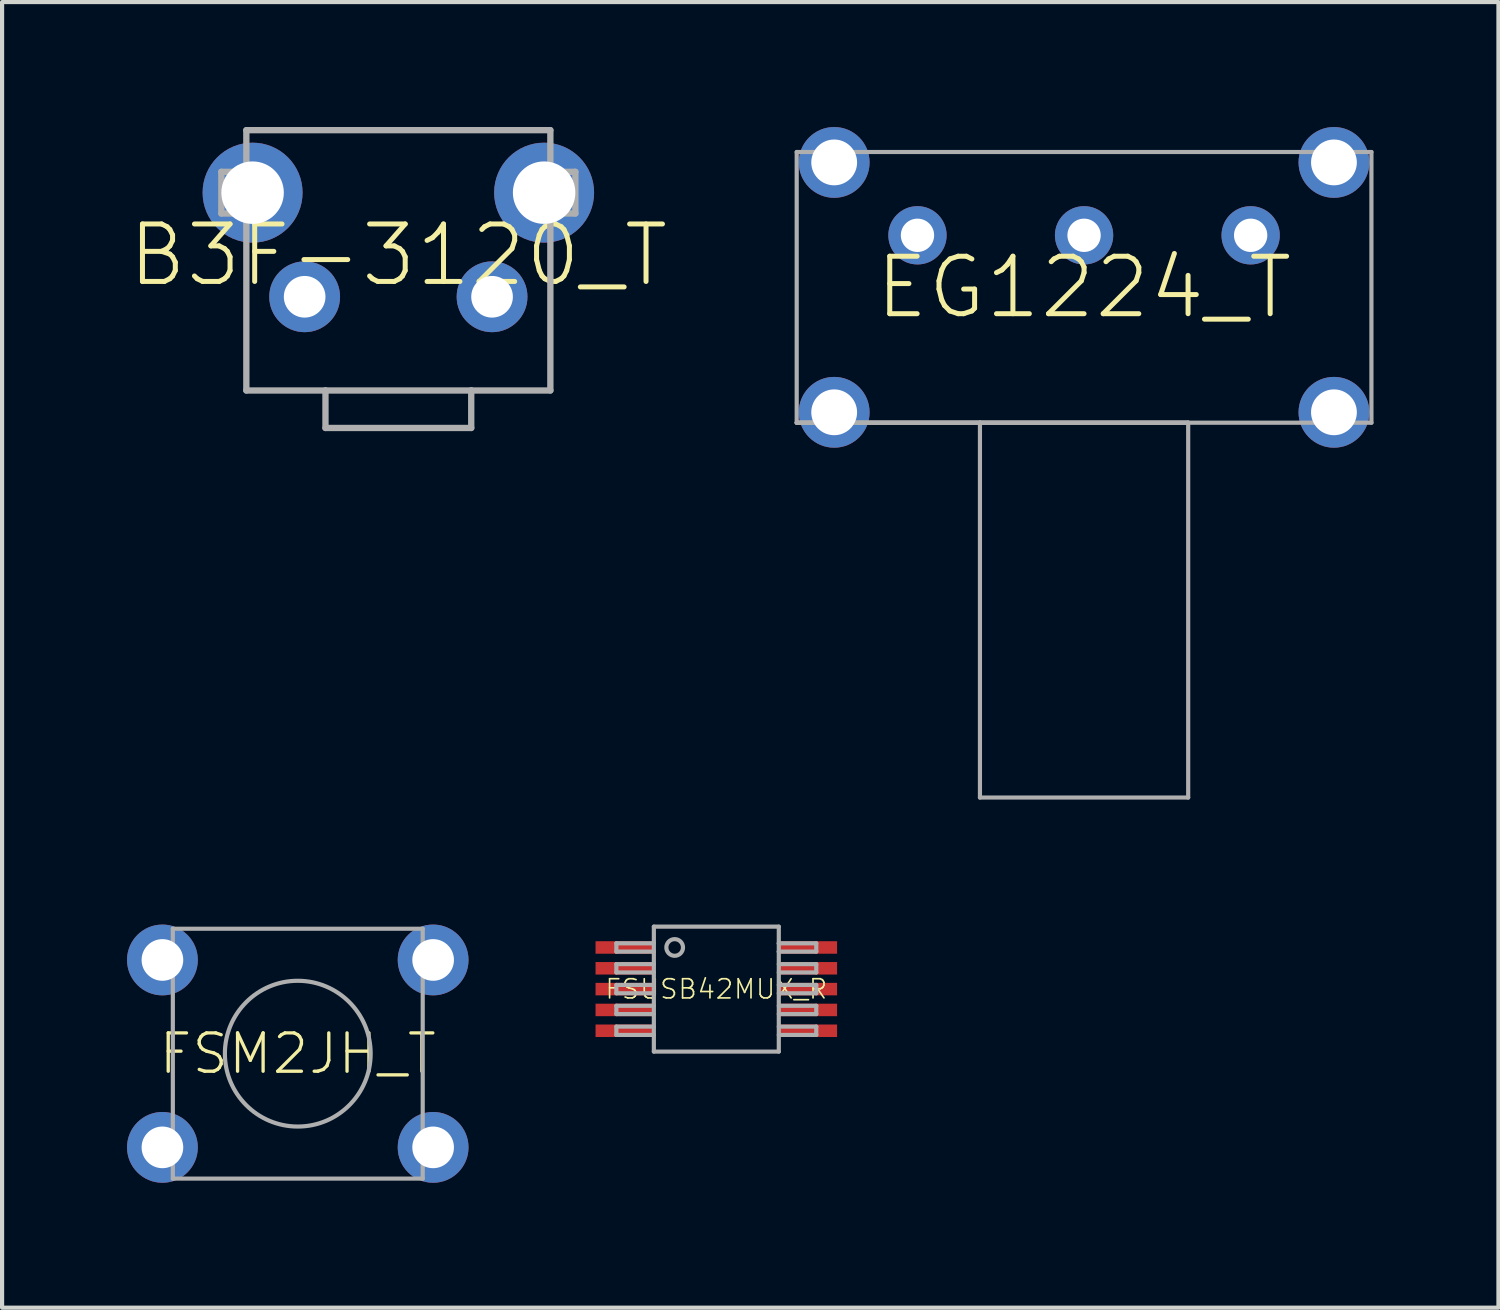
<source format=kicad_pcb>
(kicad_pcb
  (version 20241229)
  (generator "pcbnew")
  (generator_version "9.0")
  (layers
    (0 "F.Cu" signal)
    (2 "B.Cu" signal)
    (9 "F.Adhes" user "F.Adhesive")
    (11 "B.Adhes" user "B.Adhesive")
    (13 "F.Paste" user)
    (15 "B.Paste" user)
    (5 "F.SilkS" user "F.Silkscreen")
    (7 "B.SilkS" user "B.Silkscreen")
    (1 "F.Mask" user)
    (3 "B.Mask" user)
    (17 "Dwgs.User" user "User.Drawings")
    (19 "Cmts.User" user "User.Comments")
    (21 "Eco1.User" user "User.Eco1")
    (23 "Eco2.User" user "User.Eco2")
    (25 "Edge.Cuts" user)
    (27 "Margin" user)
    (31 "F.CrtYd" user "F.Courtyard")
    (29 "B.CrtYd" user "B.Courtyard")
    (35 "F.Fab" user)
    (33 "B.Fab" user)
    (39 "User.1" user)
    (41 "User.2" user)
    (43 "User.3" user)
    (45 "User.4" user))
  (footprint "EG1224_T"
    (layer "F.Cu")
    (at 22.98 3.85)
    (property "Reference" "EG1224_T" (at 0 0 0) (unlocked yes) (layer "F.SilkS") (effects (font (size 1.38 1.38) (thickness 0.12))))
    (fp_line (start -6.9 -3.25) (end -6.9 3.25) (stroke (width 0.1) (type solid)) (layer "F.Fab"))
    (fp_line (start -6.9 3.25) (end -2.5 3.25) (stroke (width 0.1) (type solid)) (layer "F.Fab"))
    (fp_line (start -6.9 3.25) (end -2.5 3.25) (stroke (width 0.1) (type solid)) (layer "F.Fab"))
    (fp_line (start -2.5 3.25) (end -6.9 3.25) (stroke (width 0.1) (type solid)) (layer "F.Fab"))
    (fp_line (start -2.5 3.25) (end -2.5 12.25) (stroke (width 0.1) (type solid)) (layer "F.Fab"))
    (fp_line (start -2.5 3.25) (end 2.5 3.25) (stroke (width 0.1) (type solid)) (layer "F.Fab"))
    (fp_line (start -2.5 3.25) (end 2.5 3.25) (stroke (width 0.1) (type solid)) (layer "F.Fab"))
    (fp_line (start -2.5 12.25) (end 2.5 12.25) (stroke (width 0.1) (type solid)) (layer "F.Fab"))
    (fp_line (start 2.5 3.25) (end -2.5 3.25) (stroke (width 0.1) (type solid)) (layer "F.Fab"))
    (fp_line (start 2.5 3.25) (end 2.5 12.25) (stroke (width 0.1) (type solid)) (layer "F.Fab"))
    (fp_line (start 2.5 3.25) (end 6.9 3.25) (stroke (width 0.1) (type solid)) (layer "F.Fab"))
    (fp_line (start 6.9 -3.25) (end -6.9 -3.25) (stroke (width 0.1) (type solid)) (layer "F.Fab"))
    (fp_line (start 6.9 3.25) (end 6.9 -3.25) (stroke (width 0.1) (type solid)) (layer "F.Fab"))
    (pad "A1" thru_hole circle (at -4 -1.25) (size 1.4 1.4) (drill 0.8) (layers "*.Cu" "*.Mask"))
    (pad "A2" thru_hole circle (at 0 -1.25) (size 1.4 1.4) (drill 0.8) (layers "*.Cu" "*.Mask"))
    (pad "A3" thru_hole circle (at 4 -1.25) (size 1.4 1.4) (drill 0.8) (layers "*.Cu" "*.Mask"))
    (pad "MP1" thru_hole circle (at -6 -3) (size 1.7 1.7) (drill 1.1) (layers "*.Cu" "*.Mask"))
    (pad "MP2" thru_hole circle (at 6 -3) (size 1.7 1.7) (drill 1.1) (layers "*.Cu" "*.Mask"))
    (pad "MP3" thru_hole circle (at -6 3) (size 1.7 1.7) (drill 1.1) (layers "*.Cu" "*.Mask"))
    (pad "MP4" thru_hole circle (at 6 3) (size 1.7 1.7) (drill 1.1) (layers "*.Cu" "*.Mask")))
  (footprint "FSUSB42MUX_R"
    (layer "F.Cu")
    (at 14.15 20.7)
    (property "Reference" "FSUSB42MUX_R" (at 0 0 0) (unlocked yes) (layer "F.SilkS") (effects (font (size 0.46 0.46) (thickness 0.04))))
    (fp_poly (pts (xy -2.95 -1.2) (xy -2.95 -0.8) (xy -1.45 -0.8) (xy -1.45 -1.2)) (stroke (width 0) (type default)) (fill yes) (layer "F.Mask"))
    (fp_poly (pts (xy -2.95 -0.7) (xy -2.95 -0.3) (xy -1.45 -0.3) (xy -1.45 -0.7)) (stroke (width 0) (type default)) (fill yes) (layer "F.Mask"))
    (fp_poly (pts (xy -2.95 -0.2) (xy -2.95 0.2) (xy -1.45 0.2) (xy -1.45 -0.2)) (stroke (width 0) (type default)) (fill yes) (layer "F.Mask"))
    (fp_poly (pts (xy -2.95 0.3) (xy -2.95 0.7) (xy -1.45 0.7) (xy -1.45 0.3)) (stroke (width 0) (type default)) (fill yes) (layer "F.Mask"))
    (fp_poly (pts (xy -2.95 0.8) (xy -2.95 1.2) (xy -1.45 1.2) (xy -1.45 0.8)) (stroke (width 0) (type default)) (fill yes) (layer "F.Mask"))
    (fp_poly (pts (xy 2.95 -0.8) (xy 2.95 -1.2) (xy 1.45 -1.2) (xy 1.45 -0.8)) (stroke (width 0) (type default)) (fill yes) (layer "F.Mask"))
    (fp_poly (pts (xy 2.95 -0.3) (xy 2.95 -0.7) (xy 1.45 -0.7) (xy 1.45 -0.3)) (stroke (width 0) (type default)) (fill yes) (layer "F.Mask"))
    (fp_poly (pts (xy 2.95 0.2) (xy 2.95 -0.2) (xy 1.45 -0.2) (xy 1.45 0.2)) (stroke (width 0) (type default)) (fill yes) (layer "F.Mask"))
    (fp_poly (pts (xy 2.95 0.7) (xy 2.95 0.3) (xy 1.45 0.3) (xy 1.45 0.7)) (stroke (width 0) (type default)) (fill yes) (layer "F.Mask"))
    (fp_poly (pts (xy 2.95 1.2) (xy 2.95 0.8) (xy 1.45 0.8) (xy 1.45 1.2)) (stroke (width 0) (type default)) (fill yes) (layer "F.Mask"))
    (fp_poly (pts (xy -1.5 -0.85) (xy -2.9 -0.85) (xy -2.9 -1.15) (xy -1.5 -1.15)) (stroke (width 0) (type default)) (fill yes) (layer "F.Paste"))
    (fp_poly (pts (xy -1.5 -0.35) (xy -2.9 -0.35) (xy -2.9 -0.65) (xy -1.5 -0.65)) (stroke (width 0) (type default)) (fill yes) (layer "F.Paste"))
    (fp_poly (pts (xy -1.5 0.15) (xy -2.9 0.15) (xy -2.9 -0.15) (xy -1.5 -0.15)) (stroke (width 0) (type default)) (fill yes) (layer "F.Paste"))
    (fp_poly (pts (xy -1.5 0.65) (xy -2.9 0.65) (xy -2.9 0.35) (xy -1.5 0.35)) (stroke (width 0) (type default)) (fill yes) (layer "F.Paste"))
    (fp_poly (pts (xy -1.5 1.15) (xy -2.9 1.15) (xy -2.9 0.85) (xy -1.5 0.85)) (stroke (width 0) (type default)) (fill yes) (layer "F.Paste"))
    (fp_poly (pts (xy 2.9 -0.85) (xy 1.5 -0.85) (xy 1.5 -1.15) (xy 2.9 -1.15)) (stroke (width 0) (type default)) (fill yes) (layer "F.Paste"))
    (fp_poly (pts (xy 2.9 -0.35) (xy 1.5 -0.35) (xy 1.5 -0.65) (xy 2.9 -0.65)) (stroke (width 0) (type default)) (fill yes) (layer "F.Paste"))
    (fp_poly (pts (xy 2.9 0.15) (xy 1.5 0.15) (xy 1.5 -0.15) (xy 2.9 -0.15)) (stroke (width 0) (type default)) (fill yes) (layer "F.Paste"))
    (fp_poly (pts (xy 2.9 0.65) (xy 1.5 0.65) (xy 1.5 0.35) (xy 2.9 0.35)) (stroke (width 0) (type default)) (fill yes) (layer "F.Paste"))
    (fp_poly (pts (xy 2.9 1.15) (xy 1.5 1.15) (xy 1.5 0.85) (xy 2.9 0.85)) (stroke (width 0) (type default)) (fill yes) (layer "F.Paste"))
    (fp_line (start -2.4 -1.1) (end -1.5 -1.1) (stroke (width 0.1) (type solid)) (layer "F.Fab"))
    (fp_line (start -2.4 -0.9) (end -2.4 -1.1) (stroke (width 0.1) (type solid)) (layer "F.Fab"))
    (fp_line (start -2.4 -0.6) (end -1.5 -0.6) (stroke (width 0.1) (type solid)) (layer "F.Fab"))
    (fp_line (start -2.4 -0.4) (end -2.4 -0.6) (stroke (width 0.1) (type solid)) (layer "F.Fab"))
    (fp_line (start -2.4 -0.1) (end -1.5 -0.1) (stroke (width 0.1) (type solid)) (layer "F.Fab"))
    (fp_line (start -2.4 0.1) (end -2.4 -0.1) (stroke (width 0.1) (type solid)) (layer "F.Fab"))
    (fp_line (start -2.4 0.4) (end -1.5 0.4) (stroke (width 0.1) (type solid)) (layer "F.Fab"))
    (fp_line (start -2.4 0.6) (end -2.4 0.4) (stroke (width 0.1) (type solid)) (layer "F.Fab"))
    (fp_line (start -2.4 0.9) (end -1.5 0.9) (stroke (width 0.1) (type solid)) (layer "F.Fab"))
    (fp_line (start -2.4 1.1) (end -2.4 0.9) (stroke (width 0.1) (type solid)) (layer "F.Fab"))
    (fp_line (start -1.5 -1.5) (end -1.5 1.5) (stroke (width 0.1) (type solid)) (layer "F.Fab"))
    (fp_line (start -1.5 -0.9) (end -2.4 -0.9) (stroke (width 0.1) (type solid)) (layer "F.Fab"))
    (fp_line (start -1.5 -0.4) (end -2.4 -0.4) (stroke (width 0.1) (type solid)) (layer "F.Fab"))
    (fp_line (start -1.5 0.1) (end -2.4 0.1) (stroke (width 0.1) (type solid)) (layer "F.Fab"))
    (fp_line (start -1.5 0.6) (end -2.4 0.6) (stroke (width 0.1) (type solid)) (layer "F.Fab"))
    (fp_line (start -1.5 1.1) (end -2.4 1.1) (stroke (width 0.1) (type solid)) (layer "F.Fab"))
    (fp_line (start -1.5 1.5) (end 1.5 1.5) (stroke (width 0.1) (type solid)) (layer "F.Fab"))
    (fp_line (start 1.5 -1.5) (end -1.5 -1.5) (stroke (width 0.1) (type solid)) (layer "F.Fab"))
    (fp_line (start 1.5 -1.1) (end 1.5 -1.5) (stroke (width 0.1) (type solid)) (layer "F.Fab"))
    (fp_line (start 1.5 -1.1) (end 2.4 -1.1) (stroke (width 0.1) (type solid)) (layer "F.Fab"))
    (fp_line (start 1.5 -0.9) (end 1.5 -1.1) (stroke (width 0.1) (type solid)) (layer "F.Fab"))
    (fp_line (start 1.5 -0.6) (end 2.4 -0.6) (stroke (width 0.1) (type solid)) (layer "F.Fab"))
    (fp_line (start 1.5 -0.1) (end 2.4 -0.1) (stroke (width 0.1) (type solid)) (layer "F.Fab"))
    (fp_line (start 1.5 0.4) (end 2.4 0.4) (stroke (width 0.1) (type solid)) (layer "F.Fab"))
    (fp_line (start 1.5 0.9) (end 2.4 0.9) (stroke (width 0.1) (type solid)) (layer "F.Fab"))
    (fp_line (start 1.5 1.5) (end 1.5 -0.9) (stroke (width 0.1) (type solid)) (layer "F.Fab"))
    (fp_line (start 2.4 -1.1) (end 2.4 -0.9) (stroke (width 0.1) (type solid)) (layer "F.Fab"))
    (fp_line (start 2.4 -0.9) (end 1.5 -0.9) (stroke (width 0.1) (type solid)) (layer "F.Fab"))
    (fp_line (start 2.4 -0.6) (end 2.4 -0.4) (stroke (width 0.1) (type solid)) (layer "F.Fab"))
    (fp_line (start 2.4 -0.4) (end 1.5 -0.4) (stroke (width 0.1) (type solid)) (layer "F.Fab"))
    (fp_line (start 2.4 -0.1) (end 2.4 0.1) (stroke (width 0.1) (type solid)) (layer "F.Fab"))
    (fp_line (start 2.4 0.1) (end 1.5 0.1) (stroke (width 0.1) (type solid)) (layer "F.Fab"))
    (fp_line (start 2.4 0.4) (end 2.4 0.6) (stroke (width 0.1) (type solid)) (layer "F.Fab"))
    (fp_line (start 2.4 0.6) (end 1.5 0.6) (stroke (width 0.1) (type solid)) (layer "F.Fab"))
    (fp_line (start 2.4 0.9) (end 2.4 1.1) (stroke (width 0.1) (type solid)) (layer "F.Fab"))
    (fp_line (start 2.4 1.1) (end 1.5 1.1) (stroke (width 0.1) (type solid)) (layer "F.Fab"))
    (fp_circle (center -1 -1) (end -0.8 -1) (stroke (width 0.1) (type solid)) (fill no) (layer "F.Fab"))
    (pad "1" smd rect (at -2.2 -1 270) (size 0.3 1.4) (layers "F.Cu"))
    (pad "2" smd rect (at -2.2 -0.5 270) (size 0.3 1.4) (layers "F.Cu"))
    (pad "3" smd rect (at -2.2 0 270) (size 0.3 1.4) (layers "F.Cu"))
    (pad "4" smd rect (at -2.2 0.5 270) (size 0.3 1.4) (layers "F.Cu"))
    (pad "5" smd rect (at -2.2 1 270) (size 0.3 1.4) (layers "F.Cu"))
    (pad "6" smd rect (at 2.2 1 90) (size 0.3 1.4) (layers "F.Cu"))
    (pad "7" smd rect (at 2.2 0.5 90) (size 0.3 1.4) (layers "F.Cu"))
    (pad "8" smd rect (at 2.2 0 90) (size 0.3 1.4) (layers "F.Cu"))
    (pad "9" smd rect (at 2.2 -0.5 90) (size 0.3 1.4) (layers "F.Cu"))
    (pad "10" smd rect (at 2.2 -1 90) (size 0.3 1.4) (layers "F.Cu")))
  (footprint "B3F-3120_T"
    (layer "F.Cu")
    (at 6.515 3.076)
    (property "Reference" "B3F-3120_T" (at 0 0 0) (unlocked yes) (layer "F.SilkS") (effects (font (size 1.38 1.38) (thickness 0.12))))
    (fp_line (start -4.25 -2) (end -4.25 -1) (stroke (width 0.152) (type solid)) (layer "F.Fab"))
    (fp_line (start -4.25 -1) (end -3.65 -1) (stroke (width 0.152) (type solid)) (layer "F.Fab"))
    (fp_line (start -3.65 -3) (end -3.65 -2) (stroke (width 0.152) (type solid)) (layer "F.Fab"))
    (fp_line (start -3.65 -2) (end -4.25 -2) (stroke (width 0.152) (type solid)) (layer "F.Fab"))
    (fp_line (start -3.65 -2) (end -3.65 -1) (stroke (width 0.152) (type solid)) (layer "F.Fab"))
    (fp_line (start -3.65 -1) (end -3.65 3.25) (stroke (width 0.152) (type solid)) (layer "F.Fab"))
    (fp_line (start -3.65 3.25) (end -1.75 3.25) (stroke (width 0.152) (type solid)) (layer "F.Fab"))
    (fp_line (start -1.75 3.25) (end -1.75 4.15) (stroke (width 0.152) (type solid)) (layer "F.Fab"))
    (fp_line (start -1.75 3.25) (end 1.75 3.25) (stroke (width 0.152) (type solid)) (layer "F.Fab"))
    (fp_line (start -1.75 4.15) (end 1.75 4.15) (stroke (width 0.152) (type solid)) (layer "F.Fab"))
    (fp_line (start 1.75 3.25) (end 3.65 3.25) (stroke (width 0.152) (type solid)) (layer "F.Fab"))
    (fp_line (start 1.75 4.15) (end 1.75 3.25) (stroke (width 0.152) (type solid)) (layer "F.Fab"))
    (fp_line (start 3.65 -3) (end -3.65 -3) (stroke (width 0.152) (type solid)) (layer "F.Fab"))
    (fp_line (start 3.65 -2) (end 3.65 -3) (stroke (width 0.152) (type solid)) (layer "F.Fab"))
    (fp_line (start 3.65 -2) (end 4.25 -2) (stroke (width 0.152) (type solid)) (layer "F.Fab"))
    (fp_line (start 3.65 -1) (end 3.65 -2) (stroke (width 0.152) (type solid)) (layer "F.Fab"))
    (fp_line (start 3.65 3.25) (end 3.65 -1) (stroke (width 0.152) (type solid)) (layer "F.Fab"))
    (fp_line (start 4.25 -2) (end 4.25 -1) (stroke (width 0.152) (type solid)) (layer "F.Fab"))
    (fp_line (start 4.25 -1) (end 3.65 -1) (stroke (width 0.152) (type solid)) (layer "F.Fab"))
    (pad "1" thru_hole circle (at -2.25 1) (size 1.7 1.7) (drill 1) (layers "*.Cu" "*.Mask"))
    (pad "2" thru_hole circle (at 2.25 1) (size 1.7 1.7) (drill 1) (layers "*.Cu" "*.Mask"))
    (pad "3" thru_hole circle (at -3.5 -1.5) (size 2.4 2.4) (drill 1.5) (layers "*.Cu" "*.Mask"))
    (pad "4" thru_hole circle (at 3.5 -1.5) (size 2.4 2.4) (drill 1.5) (layers "*.Cu" "*.Mask")))
  (footprint "FSM2JH_T"
    (layer "F.Cu")
    (at 4.1 22.25)
    (property "Reference" "FSM2JH_T" (at 0 0 0) (unlocked yes) (layer "F.SilkS") (effects (font (size 0.92 0.92) (thickness 0.08))))
    (fp_line (start -3.5 -2.5) (end -3.5 -2) (stroke (width 0.1) (type solid)) (layer "F.Fab"))
    (fp_line (start -3.5 -2) (end -3 -2) (stroke (width 0.1) (type solid)) (layer "F.Fab"))
    (fp_line (start -3.5 2) (end -3.5 2.5) (stroke (width 0.1) (type solid)) (layer "F.Fab"))
    (fp_line (start -3.5 2.5) (end -3 2.5) (stroke (width 0.1) (type solid)) (layer "F.Fab"))
    (fp_line (start -3 -3) (end -3 -2.5) (stroke (width 0.1) (type solid)) (layer "F.Fab"))
    (fp_line (start -3 -2.5) (end -3.5 -2.5) (stroke (width 0.1) (type solid)) (layer "F.Fab"))
    (fp_line (start -3 -2.5) (end -3 -2) (stroke (width 0.1) (type solid)) (layer "F.Fab"))
    (fp_line (start -3 -2) (end -3 2) (stroke (width 0.1) (type solid)) (layer "F.Fab"))
    (fp_line (start -3 2) (end -3.5 2) (stroke (width 0.1) (type solid)) (layer "F.Fab"))
    (fp_line (start -3 2) (end -3 2.5) (stroke (width 0.1) (type solid)) (layer "F.Fab"))
    (fp_line (start -3 2.5) (end -3 3) (stroke (width 0.1) (type solid)) (layer "F.Fab"))
    (fp_line (start -3 3) (end 3 3) (stroke (width 0.1) (type solid)) (layer "F.Fab"))
    (fp_line (start 3 -3) (end -3 -3) (stroke (width 0.1) (type solid)) (layer "F.Fab"))
    (fp_line (start 3 -2.5) (end 3 -3) (stroke (width 0.1) (type solid)) (layer "F.Fab"))
    (fp_line (start 3 -2.5) (end 3.5 -2.5) (stroke (width 0.1) (type solid)) (layer "F.Fab"))
    (fp_line (start 3 -2) (end 3 -2.5) (stroke (width 0.1) (type solid)) (layer "F.Fab"))
    (fp_line (start 3 2) (end 3 -2) (stroke (width 0.1) (type solid)) (layer "F.Fab"))
    (fp_line (start 3 2) (end 3.5 2) (stroke (width 0.1) (type solid)) (layer "F.Fab"))
    (fp_line (start 3 2.5) (end 3 2) (stroke (width 0.1) (type solid)) (layer "F.Fab"))
    (fp_line (start 3 3) (end 3 2.5) (stroke (width 0.1) (type solid)) (layer "F.Fab"))
    (fp_line (start 3.5 -2.5) (end 3.5 -2) (stroke (width 0.1) (type solid)) (layer "F.Fab"))
    (fp_line (start 3.5 -2) (end 3 -2) (stroke (width 0.1) (type solid)) (layer "F.Fab"))
    (fp_line (start 3.5 2) (end 3.5 2.5) (stroke (width 0.1) (type solid)) (layer "F.Fab"))
    (fp_line (start 3.5 2.5) (end 3 2.5) (stroke (width 0.1) (type solid)) (layer "F.Fab"))
    (fp_circle (center 0 0) (end 1.75 0) (stroke (width 0.1) (type solid)) (fill no) (layer "F.Fab"))
    (pad "1" thru_hole circle (at -3.25 -2.25) (size 1.7 1.7) (drill 1) (layers "*.Cu" "*.Mask"))
    (pad "2" thru_hole circle (at 3.25 -2.25) (size 1.7 1.7) (drill 1) (layers "*.Cu" "*.Mask"))
    (pad "3" thru_hole circle (at -3.25 2.25) (size 1.7 1.7) (drill 1) (layers "*.Cu" "*.Mask"))
    (pad "4" thru_hole circle (at 3.25 2.25) (size 1.7 1.7) (drill 1) (layers "*.Cu" "*.Mask")))
  (gr_rect
    (start -3 -3)
    (end 32.93 28.35)
    (stroke (width 0.1) (type default))
    (fill no)
    (layer "Edge.Cuts")))
</source>
